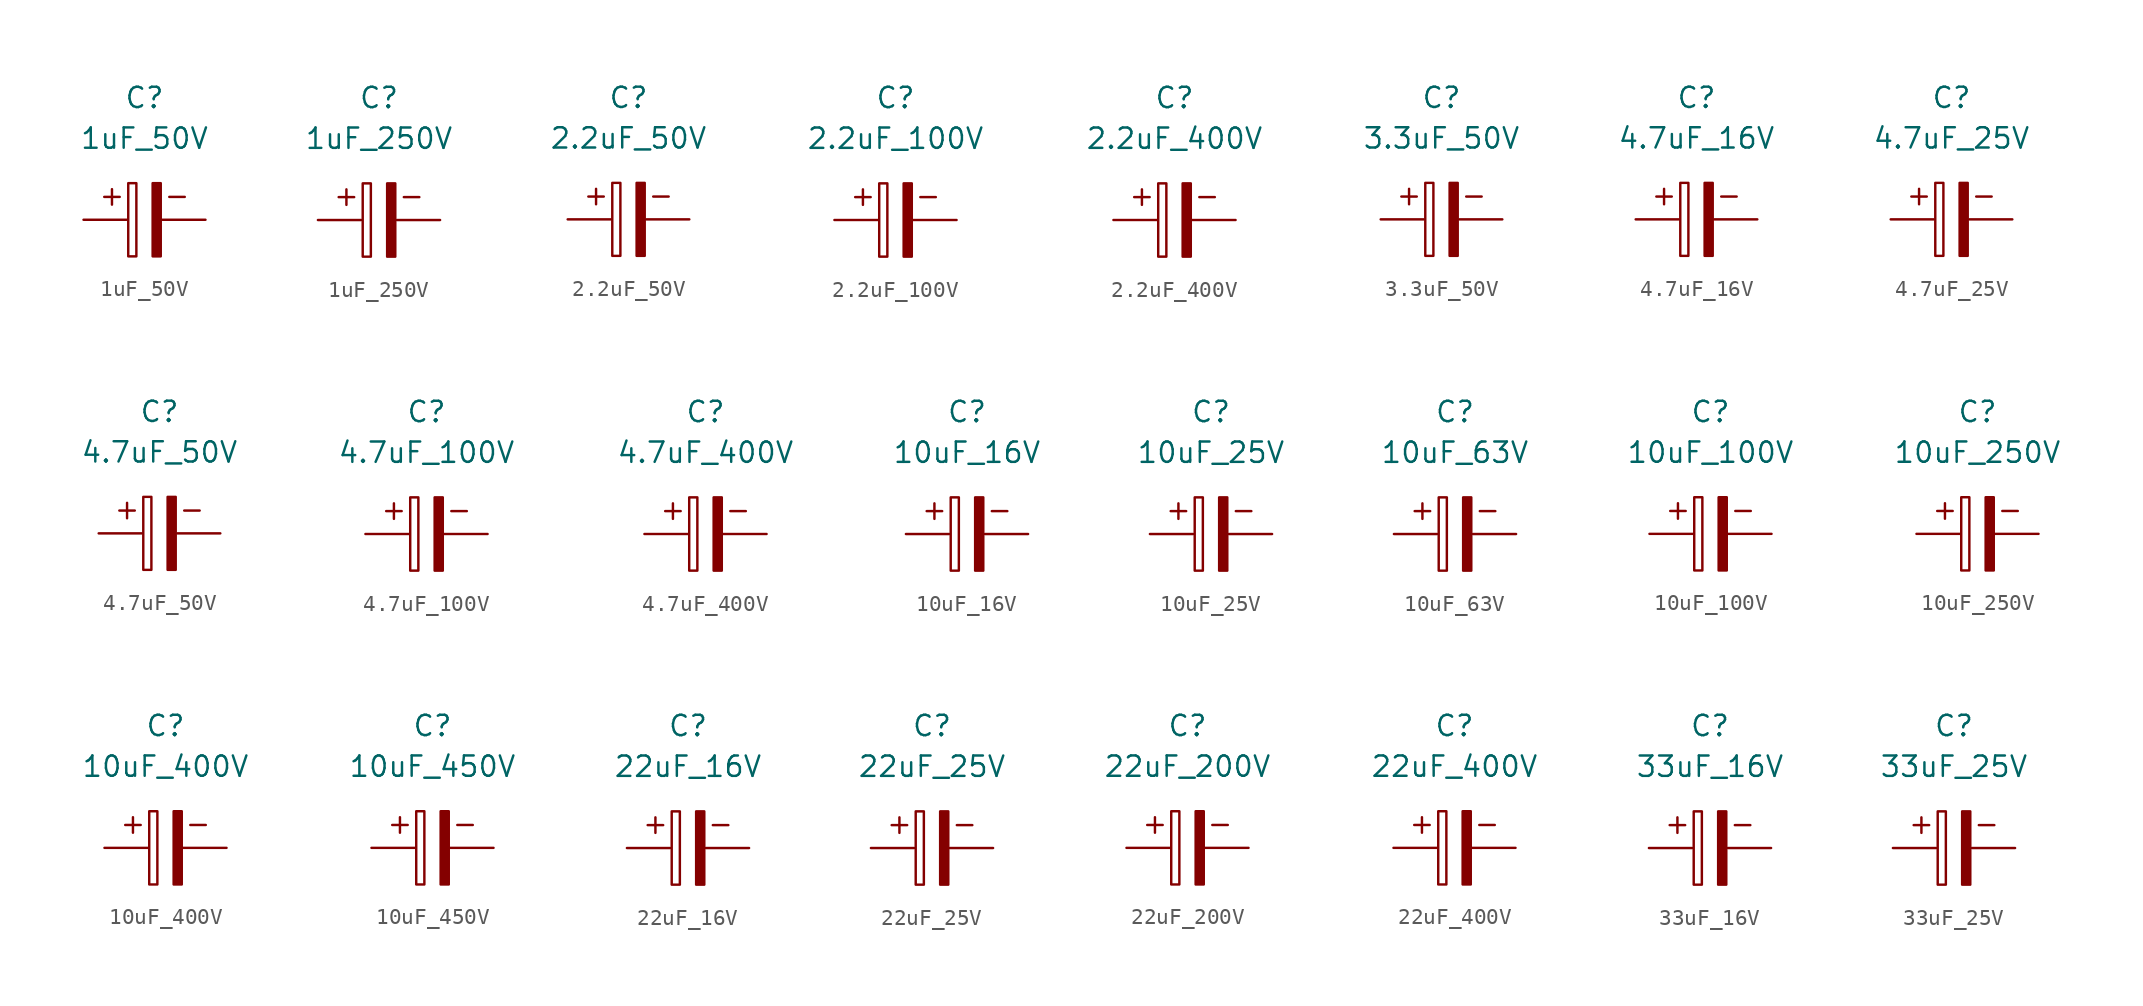
<source format=kicad_sym>
(kicad_symbol_lib
  (version 20211014)
  (generator kicad_symbol_editor)
  (symbol "1uF_50V"
    (property "Reference" "C"
      (at 0 7.62 0)
      (effects (font (size 1.27 1.27))))
    (property "Value" "1uF_50V"
      (at 0 5.08 0)
      (effects (font (size 1.27 1.27))))
    (symbol "1uF_50V_0_0"
      (text "+" (at -2.032 1.524 0) (effects (font (size 1.27 1.27))))
      (text "-" (at 2.032 1.524 0) (effects (font (size 1.27 1.27)))))
    (symbol "1uF_50V_0_1"
      (rectangle (start -1.016 -2.286) (end -0.508 2.286) (stroke (width 0) (type default) (color 0 0 0 0)) (fill (type none)))
      (rectangle (start 0.508 -2.286) (end 1.016 2.286) (stroke (width 0) (type default) (color 0 0 0 0)) (fill (type outline))))
    (symbol "1uF_50V_1_1"
      (pin passive line (at -3.81 0 0) (length 2.7) (name "~" (effects (font (size 0 0)))) (number "1" (effects (font (size 0 0)))))
      (pin input line (at 3.81 0 180) (length 2.7) (name "~" (effects (font (size 0 0)))) (number "2" (effects (font (size 0 0)))))))
  (symbol "1uF_250V"
    (property "Reference" "C"
      (at 0 7.62 0)
      (effects (font (size 1.27 1.27))))
    (property "Value" "1uF_250V"
      (at 0 5.08 0)
      (effects (font (size 1.27 1.27))))
    (symbol "1uF_250V_0_0"
      (text "+" (at -2.032 1.524 0) (effects (font (size 1.27 1.27))))
      (text "-" (at 2.032 1.524 0) (effects (font (size 1.27 1.27)))))
    (symbol "1uF_250V_0_1"
      (rectangle (start -1.016 -2.286) (end -0.508 2.286) (stroke (width 0) (type default) (color 0 0 0 0)) (fill (type none)))
      (rectangle (start 0.508 -2.286) (end 1.016 2.286) (stroke (width 0) (type default) (color 0 0 0 0)) (fill (type outline))))
    (symbol "1uF_250V_1_1"
      (pin passive line (at -3.81 0 0) (length 2.7) (name "~" (effects (font (size 0 0)))) (number "1" (effects (font (size 0 0)))))
      (pin input line (at 3.81 0 180) (length 2.7) (name "~" (effects (font (size 0 0)))) (number "2" (effects (font (size 0 0)))))))
  (symbol "2.2uF_50V"
    (property "Reference" "C"
      (at 0 7.62 0)
      (effects (font (size 1.27 1.27))))
    (property "Value" "2.2uF_50V"
      (at 0 5.08 0)
      (effects (font (size 1.27 1.27))))
    (symbol "2.2uF_50V_0_0"
      (text "+" (at -2.032 1.524 0) (effects (font (size 1.27 1.27))))
      (text "-" (at 2.032 1.524 0) (effects (font (size 1.27 1.27)))))
    (symbol "2.2uF_50V_0_1"
      (rectangle (start -1.016 -2.286) (end -0.508 2.286) (stroke (width 0) (type default) (color 0 0 0 0)) (fill (type none)))
      (rectangle (start 0.508 -2.286) (end 1.016 2.286) (stroke (width 0) (type default) (color 0 0 0 0)) (fill (type outline))))
    (symbol "2.2uF_50V_1_1"
      (pin passive line (at -3.81 0 0) (length 2.7) (name "~" (effects (font (size 0 0)))) (number "1" (effects (font (size 0 0)))))
      (pin input line (at 3.81 0 180) (length 2.7) (name "~" (effects (font (size 0 0)))) (number "2" (effects (font (size 0 0)))))))
  (symbol "2.2uF_100V"
    (property "Reference" "C"
      (at 0 7.62 0)
      (effects (font (size 1.27 1.27))))
    (property "Value" "2.2uF_100V"
      (at 0 5.08 0)
      (effects (font (size 1.27 1.27))))
    (symbol "2.2uF_100V_0_0"
      (text "+" (at -2.032 1.524 0) (effects (font (size 1.27 1.27))))
      (text "-" (at 2.032 1.524 0) (effects (font (size 1.27 1.27)))))
    (symbol "2.2uF_100V_0_1"
      (rectangle (start -1.016 -2.286) (end -0.508 2.286) (stroke (width 0) (type default) (color 0 0 0 0)) (fill (type none)))
      (rectangle (start 0.508 -2.286) (end 1.016 2.286) (stroke (width 0) (type default) (color 0 0 0 0)) (fill (type outline))))
    (symbol "2.2uF_100V_1_1"
      (pin passive line (at -3.81 0 0) (length 2.7) (name "~" (effects (font (size 0 0)))) (number "1" (effects (font (size 0 0)))))
      (pin input line (at 3.81 0 180) (length 2.7) (name "~" (effects (font (size 0 0)))) (number "2" (effects (font (size 0 0)))))))
  (symbol "2.2uF_400V"
    (property "Reference" "C"
      (at 0 7.62 0)
      (effects (font (size 1.27 1.27))))
    (property "Value" "2.2uF_400V"
      (at 0 5.08 0)
      (effects (font (size 1.27 1.27))))
    (symbol "2.2uF_400V_0_0"
      (text "+" (at -2.032 1.524 0) (effects (font (size 1.27 1.27))))
      (text "-" (at 2.032 1.524 0) (effects (font (size 1.27 1.27)))))
    (symbol "2.2uF_400V_0_1"
      (rectangle (start -1.016 -2.286) (end -0.508 2.286) (stroke (width 0) (type default) (color 0 0 0 0)) (fill (type none)))
      (rectangle (start 0.508 -2.286) (end 1.016 2.286) (stroke (width 0) (type default) (color 0 0 0 0)) (fill (type outline))))
    (symbol "2.2uF_400V_1_1"
      (pin passive line (at -3.81 0 0) (length 2.7) (name "~" (effects (font (size 0 0)))) (number "1" (effects (font (size 0 0)))))
      (pin input line (at 3.81 0 180) (length 2.7) (name "~" (effects (font (size 0 0)))) (number "2" (effects (font (size 0 0)))))))
  (symbol "3.3uF_50V"
    (property "Reference" "C"
      (at 0 7.62 0)
      (effects (font (size 1.27 1.27))))
    (property "Value" "3.3uF_50V"
      (at 0 5.08 0)
      (effects (font (size 1.27 1.27))))
    (symbol "3.3uF_50V_0_0"
      (text "+" (at -2.032 1.524 0) (effects (font (size 1.27 1.27))))
      (text "-" (at 2.032 1.524 0) (effects (font (size 1.27 1.27)))))
    (symbol "3.3uF_50V_0_1"
      (rectangle (start -1.016 -2.286) (end -0.508 2.286) (stroke (width 0) (type default) (color 0 0 0 0)) (fill (type none)))
      (rectangle (start 0.508 -2.286) (end 1.016 2.286) (stroke (width 0) (type default) (color 0 0 0 0)) (fill (type outline))))
    (symbol "3.3uF_50V_1_1"
      (pin passive line (at -3.81 0 0) (length 2.7) (name "~" (effects (font (size 0 0)))) (number "1" (effects (font (size 0 0)))))
      (pin input line (at 3.81 0 180) (length 2.7) (name "~" (effects (font (size 0 0)))) (number "2" (effects (font (size 0 0)))))))
  (symbol "4.7uF_16V"
    (property "Reference" "C"
      (at 0 7.62 0)
      (effects (font (size 1.27 1.27))))
    (property "Value" "4.7uF_16V"
      (at 0 5.08 0)
      (effects (font (size 1.27 1.27))))
    (symbol "4.7uF_16V_0_0"
      (text "+" (at -2.032 1.524 0) (effects (font (size 1.27 1.27))))
      (text "-" (at 2.032 1.524 0) (effects (font (size 1.27 1.27)))))
    (symbol "4.7uF_16V_0_1"
      (rectangle (start -1.016 -2.286) (end -0.508 2.286) (stroke (width 0) (type default) (color 0 0 0 0)) (fill (type none)))
      (rectangle (start 0.508 -2.286) (end 1.016 2.286) (stroke (width 0) (type default) (color 0 0 0 0)) (fill (type outline))))
    (symbol "4.7uF_16V_1_1"
      (pin passive line (at -3.81 0 0) (length 2.7) (name "~" (effects (font (size 0 0)))) (number "1" (effects (font (size 0 0)))))
      (pin input line (at 3.81 0 180) (length 2.7) (name "~" (effects (font (size 0 0)))) (number "2" (effects (font (size 0 0)))))))
  (symbol "4.7uF_25V"
    (property "Reference" "C"
      (at 0 7.62 0)
      (effects (font (size 1.27 1.27))))
    (property "Value" "4.7uF_25V"
      (at 0 5.08 0)
      (effects (font (size 1.27 1.27))))
    (symbol "4.7uF_25V_0_0"
      (text "+" (at -2.032 1.524 0) (effects (font (size 1.27 1.27))))
      (text "-" (at 2.032 1.524 0) (effects (font (size 1.27 1.27)))))
    (symbol "4.7uF_25V_0_1"
      (rectangle (start -1.016 -2.286) (end -0.508 2.286) (stroke (width 0) (type default) (color 0 0 0 0)) (fill (type none)))
      (rectangle (start 0.508 -2.286) (end 1.016 2.286) (stroke (width 0) (type default) (color 0 0 0 0)) (fill (type outline))))
    (symbol "4.7uF_25V_1_1"
      (pin passive line (at -3.81 0 0) (length 2.7) (name "~" (effects (font (size 0 0)))) (number "1" (effects (font (size 0 0)))))
      (pin input line (at 3.81 0 180) (length 2.7) (name "~" (effects (font (size 0 0)))) (number "2" (effects (font (size 0 0)))))))
  (symbol "4.7uF_50V"
    (property "Reference" "C"
      (at 0 7.62 0)
      (effects (font (size 1.27 1.27))))
    (property "Value" "4.7uF_50V"
      (at 0 5.08 0)
      (effects (font (size 1.27 1.27))))
    (symbol "4.7uF_50V_0_0"
      (text "+" (at -2.032 1.524 0) (effects (font (size 1.27 1.27))))
      (text "-" (at 2.032 1.524 0) (effects (font (size 1.27 1.27)))))
    (symbol "4.7uF_50V_0_1"
      (rectangle (start -1.016 -2.286) (end -0.508 2.286) (stroke (width 0) (type default) (color 0 0 0 0)) (fill (type none)))
      (rectangle (start 0.508 -2.286) (end 1.016 2.286) (stroke (width 0) (type default) (color 0 0 0 0)) (fill (type outline))))
    (symbol "4.7uF_50V_1_1"
      (pin passive line (at -3.81 0 0) (length 2.7) (name "~" (effects (font (size 0 0)))) (number "1" (effects (font (size 0 0)))))
      (pin input line (at 3.81 0 180) (length 2.7) (name "~" (effects (font (size 0 0)))) (number "2" (effects (font (size 0 0)))))))
  (symbol "4.7uF_100V"
    (property "Reference" "C"
      (at 0 7.62 0)
      (effects (font (size 1.27 1.27))))
    (property "Value" "4.7uF_100V"
      (at 0 5.08 0)
      (effects (font (size 1.27 1.27))))
    (symbol "4.7uF_100V_0_0"
      (text "+" (at -2.032 1.524 0) (effects (font (size 1.27 1.27))))
      (text "-" (at 2.032 1.524 0) (effects (font (size 1.27 1.27)))))
    (symbol "4.7uF_100V_0_1"
      (rectangle (start -1.016 -2.286) (end -0.508 2.286) (stroke (width 0) (type default) (color 0 0 0 0)) (fill (type none)))
      (rectangle (start 0.508 -2.286) (end 1.016 2.286) (stroke (width 0) (type default) (color 0 0 0 0)) (fill (type outline))))
    (symbol "4.7uF_100V_1_1"
      (pin passive line (at -3.81 0 0) (length 2.7) (name "~" (effects (font (size 0 0)))) (number "1" (effects (font (size 0 0)))))
      (pin input line (at 3.81 0 180) (length 2.7) (name "~" (effects (font (size 0 0)))) (number "2" (effects (font (size 0 0)))))))
  (symbol "4.7uF_400V"
    (property "Reference" "C"
      (at 0 7.62 0)
      (effects (font (size 1.27 1.27))))
    (property "Value" "4.7uF_400V"
      (at 0 5.08 0)
      (effects (font (size 1.27 1.27))))
    (symbol "4.7uF_400V_0_0"
      (text "+" (at -2.032 1.524 0) (effects (font (size 1.27 1.27))))
      (text "-" (at 2.032 1.524 0) (effects (font (size 1.27 1.27)))))
    (symbol "4.7uF_400V_0_1"
      (rectangle (start -1.016 -2.286) (end -0.508 2.286) (stroke (width 0) (type default) (color 0 0 0 0)) (fill (type none)))
      (rectangle (start 0.508 -2.286) (end 1.016 2.286) (stroke (width 0) (type default) (color 0 0 0 0)) (fill (type outline))))
    (symbol "4.7uF_400V_1_1"
      (pin passive line (at -3.81 0 0) (length 2.7) (name "~" (effects (font (size 0 0)))) (number "1" (effects (font (size 0 0)))))
      (pin input line (at 3.81 0 180) (length 2.7) (name "~" (effects (font (size 0 0)))) (number "2" (effects (font (size 0 0)))))))
  (symbol "10uF_16V"
    (property "Reference" "C"
      (at 0 7.62 0)
      (effects (font (size 1.27 1.27))))
    (property "Value" "10uF_16V"
      (at 0 5.08 0)
      (effects (font (size 1.27 1.27))))
    (symbol "10uF_16V_0_0"
      (text "+" (at -2.032 1.524 0) (effects (font (size 1.27 1.27))))
      (text "-" (at 2.032 1.524 0) (effects (font (size 1.27 1.27)))))
    (symbol "10uF_16V_0_1"
      (rectangle (start -1.016 -2.286) (end -0.508 2.286) (stroke (width 0) (type default) (color 0 0 0 0)) (fill (type none)))
      (rectangle (start 0.508 -2.286) (end 1.016 2.286) (stroke (width 0) (type default) (color 0 0 0 0)) (fill (type outline))))
    (symbol "10uF_16V_1_1"
      (pin passive line (at -3.81 0 0) (length 2.7) (name "~" (effects (font (size 0 0)))) (number "1" (effects (font (size 0 0)))))
      (pin input line (at 3.81 0 180) (length 2.7) (name "~" (effects (font (size 0 0)))) (number "2" (effects (font (size 0 0)))))))
  (symbol "10uF_25V"
    (property "Reference" "C"
      (at 0 7.62 0)
      (effects (font (size 1.27 1.27))))
    (property "Value" "10uF_25V"
      (at 0 5.08 0)
      (effects (font (size 1.27 1.27))))
    (symbol "10uF_25V_0_0"
      (text "+" (at -2.032 1.524 0) (effects (font (size 1.27 1.27))))
      (text "-" (at 2.032 1.524 0) (effects (font (size 1.27 1.27)))))
    (symbol "10uF_25V_0_1"
      (rectangle (start -1.016 -2.286) (end -0.508 2.286) (stroke (width 0) (type default) (color 0 0 0 0)) (fill (type none)))
      (rectangle (start 0.508 -2.286) (end 1.016 2.286) (stroke (width 0) (type default) (color 0 0 0 0)) (fill (type outline))))
    (symbol "10uF_25V_1_1"
      (pin passive line (at -3.81 0 0) (length 2.7) (name "~" (effects (font (size 0 0)))) (number "1" (effects (font (size 0 0)))))
      (pin input line (at 3.81 0 180) (length 2.7) (name "~" (effects (font (size 0 0)))) (number "2" (effects (font (size 0 0)))))))
  (symbol "10uF_63V"
    (property "Reference" "C"
      (at 0 7.62 0)
      (effects (font (size 1.27 1.27))))
    (property "Value" "10uF_63V"
      (at 0 5.08 0)
      (effects (font (size 1.27 1.27))))
    (symbol "10uF_63V_0_0"
      (text "+" (at -2.032 1.524 0) (effects (font (size 1.27 1.27))))
      (text "-" (at 2.032 1.524 0) (effects (font (size 1.27 1.27)))))
    (symbol "10uF_63V_0_1"
      (rectangle (start -1.016 -2.286) (end -0.508 2.286) (stroke (width 0) (type default) (color 0 0 0 0)) (fill (type none)))
      (rectangle (start 0.508 -2.286) (end 1.016 2.286) (stroke (width 0) (type default) (color 0 0 0 0)) (fill (type outline))))
    (symbol "10uF_63V_1_1"
      (pin passive line (at -3.81 0 0) (length 2.7) (name "~" (effects (font (size 0 0)))) (number "1" (effects (font (size 0 0)))))
      (pin input line (at 3.81 0 180) (length 2.7) (name "~" (effects (font (size 0 0)))) (number "2" (effects (font (size 0 0)))))))
  (symbol "10uF_100V"
    (property "Reference" "C"
      (at 0 7.62 0)
      (effects (font (size 1.27 1.27))))
    (property "Value" "10uF_100V"
      (at 0 5.08 0)
      (effects (font (size 1.27 1.27))))
    (symbol "10uF_100V_0_0"
      (text "+" (at -2.032 1.524 0) (effects (font (size 1.27 1.27))))
      (text "-" (at 2.032 1.524 0) (effects (font (size 1.27 1.27)))))
    (symbol "10uF_100V_0_1"
      (rectangle (start -1.016 -2.286) (end -0.508 2.286) (stroke (width 0) (type default) (color 0 0 0 0)) (fill (type none)))
      (rectangle (start 0.508 -2.286) (end 1.016 2.286) (stroke (width 0) (type default) (color 0 0 0 0)) (fill (type outline))))
    (symbol "10uF_100V_1_1"
      (pin passive line (at -3.81 0 0) (length 2.7) (name "~" (effects (font (size 0 0)))) (number "1" (effects (font (size 0 0)))))
      (pin input line (at 3.81 0 180) (length 2.7) (name "~" (effects (font (size 0 0)))) (number "2" (effects (font (size 0 0)))))))
  (symbol "10uF_250V"
    (property "Reference" "C"
      (at 0 7.62 0)
      (effects (font (size 1.27 1.27))))
    (property "Value" "10uF_250V"
      (at 0 5.08 0)
      (effects (font (size 1.27 1.27))))
    (symbol "10uF_250V_0_0"
      (text "+" (at -2.032 1.524 0) (effects (font (size 1.27 1.27))))
      (text "-" (at 2.032 1.524 0) (effects (font (size 1.27 1.27)))))
    (symbol "10uF_250V_0_1"
      (rectangle (start -1.016 -2.286) (end -0.508 2.286) (stroke (width 0) (type default) (color 0 0 0 0)) (fill (type none)))
      (rectangle (start 0.508 -2.286) (end 1.016 2.286) (stroke (width 0) (type default) (color 0 0 0 0)) (fill (type outline))))
    (symbol "10uF_250V_1_1"
      (pin passive line (at -3.81 0 0) (length 2.7) (name "~" (effects (font (size 0 0)))) (number "1" (effects (font (size 0 0)))))
      (pin input line (at 3.81 0 180) (length 2.7) (name "~" (effects (font (size 0 0)))) (number "2" (effects (font (size 0 0)))))))
  (symbol "10uF_400V"
    (property "Reference" "C"
      (at 0 7.62 0)
      (effects (font (size 1.27 1.27))))
    (property "Value" "10uF_400V"
      (at 0 5.08 0)
      (effects (font (size 1.27 1.27))))
    (symbol "10uF_400V_0_0"
      (text "+" (at -2.032 1.524 0) (effects (font (size 1.27 1.27))))
      (text "-" (at 2.032 1.524 0) (effects (font (size 1.27 1.27)))))
    (symbol "10uF_400V_0_1"
      (rectangle (start -1.016 -2.286) (end -0.508 2.286) (stroke (width 0) (type default) (color 0 0 0 0)) (fill (type none)))
      (rectangle (start 0.508 -2.286) (end 1.016 2.286) (stroke (width 0) (type default) (color 0 0 0 0)) (fill (type outline))))
    (symbol "10uF_400V_1_1"
      (pin passive line (at -3.81 0 0) (length 2.7) (name "~" (effects (font (size 0 0)))) (number "1" (effects (font (size 0 0)))))
      (pin input line (at 3.81 0 180) (length 2.7) (name "~" (effects (font (size 0 0)))) (number "2" (effects (font (size 0 0)))))))
  (symbol "10uF_450V"
    (property "Reference" "C"
      (at 0 7.62 0)
      (effects (font (size 1.27 1.27))))
    (property "Value" "10uF_450V"
      (at 0 5.08 0)
      (effects (font (size 1.27 1.27))))
    (symbol "10uF_450V_0_0"
      (text "+" (at -2.032 1.524 0) (effects (font (size 1.27 1.27))))
      (text "-" (at 2.032 1.524 0) (effects (font (size 1.27 1.27)))))
    (symbol "10uF_450V_0_1"
      (rectangle (start -1.016 -2.286) (end -0.508 2.286) (stroke (width 0) (type default) (color 0 0 0 0)) (fill (type none)))
      (rectangle (start 0.508 -2.286) (end 1.016 2.286) (stroke (width 0) (type default) (color 0 0 0 0)) (fill (type outline))))
    (symbol "10uF_450V_1_1"
      (pin passive line (at -3.81 0 0) (length 2.7) (name "~" (effects (font (size 0 0)))) (number "1" (effects (font (size 0 0)))))
      (pin input line (at 3.81 0 180) (length 2.7) (name "~" (effects (font (size 0 0)))) (number "2" (effects (font (size 0 0)))))))
  (symbol "22uF_16V"
    (property "Reference" "C"
      (at 0 7.62 0)
      (effects (font (size 1.27 1.27))))
    (property "Value" "22uF_16V"
      (at 0 5.08 0)
      (effects (font (size 1.27 1.27))))
    (symbol "22uF_16V_0_0"
      (text "+" (at -2.032 1.524 0) (effects (font (size 1.27 1.27))))
      (text "-" (at 2.032 1.524 0) (effects (font (size 1.27 1.27)))))
    (symbol "22uF_16V_0_1"
      (rectangle (start -1.016 -2.286) (end -0.508 2.286) (stroke (width 0) (type default) (color 0 0 0 0)) (fill (type none)))
      (rectangle (start 0.508 -2.286) (end 1.016 2.286) (stroke (width 0) (type default) (color 0 0 0 0)) (fill (type outline))))
    (symbol "22uF_16V_1_1"
      (pin passive line (at -3.81 0 0) (length 2.7) (name "~" (effects (font (size 0 0)))) (number "1" (effects (font (size 0 0)))))
      (pin input line (at 3.81 0 180) (length 2.7) (name "~" (effects (font (size 0 0)))) (number "2" (effects (font (size 0 0)))))))
  (symbol "22uF_25V"
    (property "Reference" "C"
      (at 0 7.62 0)
      (effects (font (size 1.27 1.27))))
    (property "Value" "22uF_25V"
      (at 0 5.08 0)
      (effects (font (size 1.27 1.27))))
    (symbol "22uF_25V_0_0"
      (text "+" (at -2.032 1.524 0) (effects (font (size 1.27 1.27))))
      (text "-" (at 2.032 1.524 0) (effects (font (size 1.27 1.27)))))
    (symbol "22uF_25V_0_1"
      (rectangle (start -1.016 -2.286) (end -0.508 2.286) (stroke (width 0) (type default) (color 0 0 0 0)) (fill (type none)))
      (rectangle (start 0.508 -2.286) (end 1.016 2.286) (stroke (width 0) (type default) (color 0 0 0 0)) (fill (type outline))))
    (symbol "22uF_25V_1_1"
      (pin passive line (at -3.81 0 0) (length 2.7) (name "~" (effects (font (size 0 0)))) (number "1" (effects (font (size 0 0)))))
      (pin input line (at 3.81 0 180) (length 2.7) (name "~" (effects (font (size 0 0)))) (number "2" (effects (font (size 0 0)))))))
  (symbol "22uF_200V"
    (property "Reference" "C"
      (at 0 7.62 0)
      (effects (font (size 1.27 1.27))))
    (property "Value" "22uF_200V"
      (at 0 5.08 0)
      (effects (font (size 1.27 1.27))))
    (symbol "22uF_200V_0_0"
      (text "+" (at -2.032 1.524 0) (effects (font (size 1.27 1.27))))
      (text "-" (at 2.032 1.524 0) (effects (font (size 1.27 1.27)))))
    (symbol "22uF_200V_0_1"
      (rectangle (start -1.016 -2.286) (end -0.508 2.286) (stroke (width 0) (type default) (color 0 0 0 0)) (fill (type none)))
      (rectangle (start 0.508 -2.286) (end 1.016 2.286) (stroke (width 0) (type default) (color 0 0 0 0)) (fill (type outline))))
    (symbol "22uF_200V_1_1"
      (pin passive line (at -3.81 0 0) (length 2.7) (name "~" (effects (font (size 0 0)))) (number "1" (effects (font (size 0 0)))))
      (pin input line (at 3.81 0 180) (length 2.7) (name "~" (effects (font (size 0 0)))) (number "2" (effects (font (size 0 0)))))))
  (symbol "22uF_400V"
    (property "Reference" "C"
      (at 0 7.62 0)
      (effects (font (size 1.27 1.27))))
    (property "Value" "22uF_400V"
      (at 0 5.08 0)
      (effects (font (size 1.27 1.27))))
    (symbol "22uF_400V_0_0"
      (text "+" (at -2.032 1.524 0) (effects (font (size 1.27 1.27))))
      (text "-" (at 2.032 1.524 0) (effects (font (size 1.27 1.27)))))
    (symbol "22uF_400V_0_1"
      (rectangle (start -1.016 -2.286) (end -0.508 2.286) (stroke (width 0) (type default) (color 0 0 0 0)) (fill (type none)))
      (rectangle (start 0.508 -2.286) (end 1.016 2.286) (stroke (width 0) (type default) (color 0 0 0 0)) (fill (type outline))))
    (symbol "22uF_400V_1_1"
      (pin passive line (at -3.81 0 0) (length 2.7) (name "~" (effects (font (size 0 0)))) (number "1" (effects (font (size 0 0)))))
      (pin input line (at 3.81 0 180) (length 2.7) (name "~" (effects (font (size 0 0)))) (number "2" (effects (font (size 0 0)))))))
  (symbol "33uF_16V"
    (property "Reference" "C"
      (at 0 7.62 0)
      (effects (font (size 1.27 1.27))))
    (property "Value" "33uF_16V"
      (at 0 5.08 0)
      (effects (font (size 1.27 1.27))))
    (symbol "33uF_16V_0_0"
      (text "+" (at -2.032 1.524 0) (effects (font (size 1.27 1.27))))
      (text "-" (at 2.032 1.524 0) (effects (font (size 1.27 1.27)))))
    (symbol "33uF_16V_0_1"
      (rectangle (start -1.016 -2.286) (end -0.508 2.286) (stroke (width 0) (type default) (color 0 0 0 0)) (fill (type none)))
      (rectangle (start 0.508 -2.286) (end 1.016 2.286) (stroke (width 0) (type default) (color 0 0 0 0)) (fill (type outline))))
    (symbol "33uF_16V_1_1"
      (pin passive line (at -3.81 0 0) (length 2.7) (name "~" (effects (font (size 0 0)))) (number "1" (effects (font (size 0 0)))))
      (pin input line (at 3.81 0 180) (length 2.7) (name "~" (effects (font (size 0 0)))) (number "2" (effects (font (size 0 0)))))))
  (symbol "33uF_25V"
    (property "Reference" "C"
      (at 0 7.62 0)
      (effects (font (size 1.27 1.27))))
    (property "Value" "33uF_25V"
      (at 0 5.08 0)
      (effects (font (size 1.27 1.27))))
    (symbol "33uF_25V_0_0"
      (text "+" (at -2.032 1.524 0) (effects (font (size 1.27 1.27))))
      (text "-" (at 2.032 1.524 0) (effects (font (size 1.27 1.27)))))
    (symbol "33uF_25V_0_1"
      (rectangle (start -1.016 -2.286) (end -0.508 2.286) (stroke (width 0) (type default) (color 0 0 0 0)) (fill (type none)))
      (rectangle (start 0.508 -2.286) (end 1.016 2.286) (stroke (width 0) (type default) (color 0 0 0 0)) (fill (type outline))))
    (symbol "33uF_25V_1_1"
      (pin passive line (at -3.81 0 0) (length 2.7) (name "~" (effects (font (size 0 0)))) (number "1" (effects (font (size 0 0)))))
      (pin input line (at 3.81 0 180) (length 2.7) (name "~" (effects (font (size 0 0)))) (number "2" (effects (font (size 0 0))))))))
</source>
